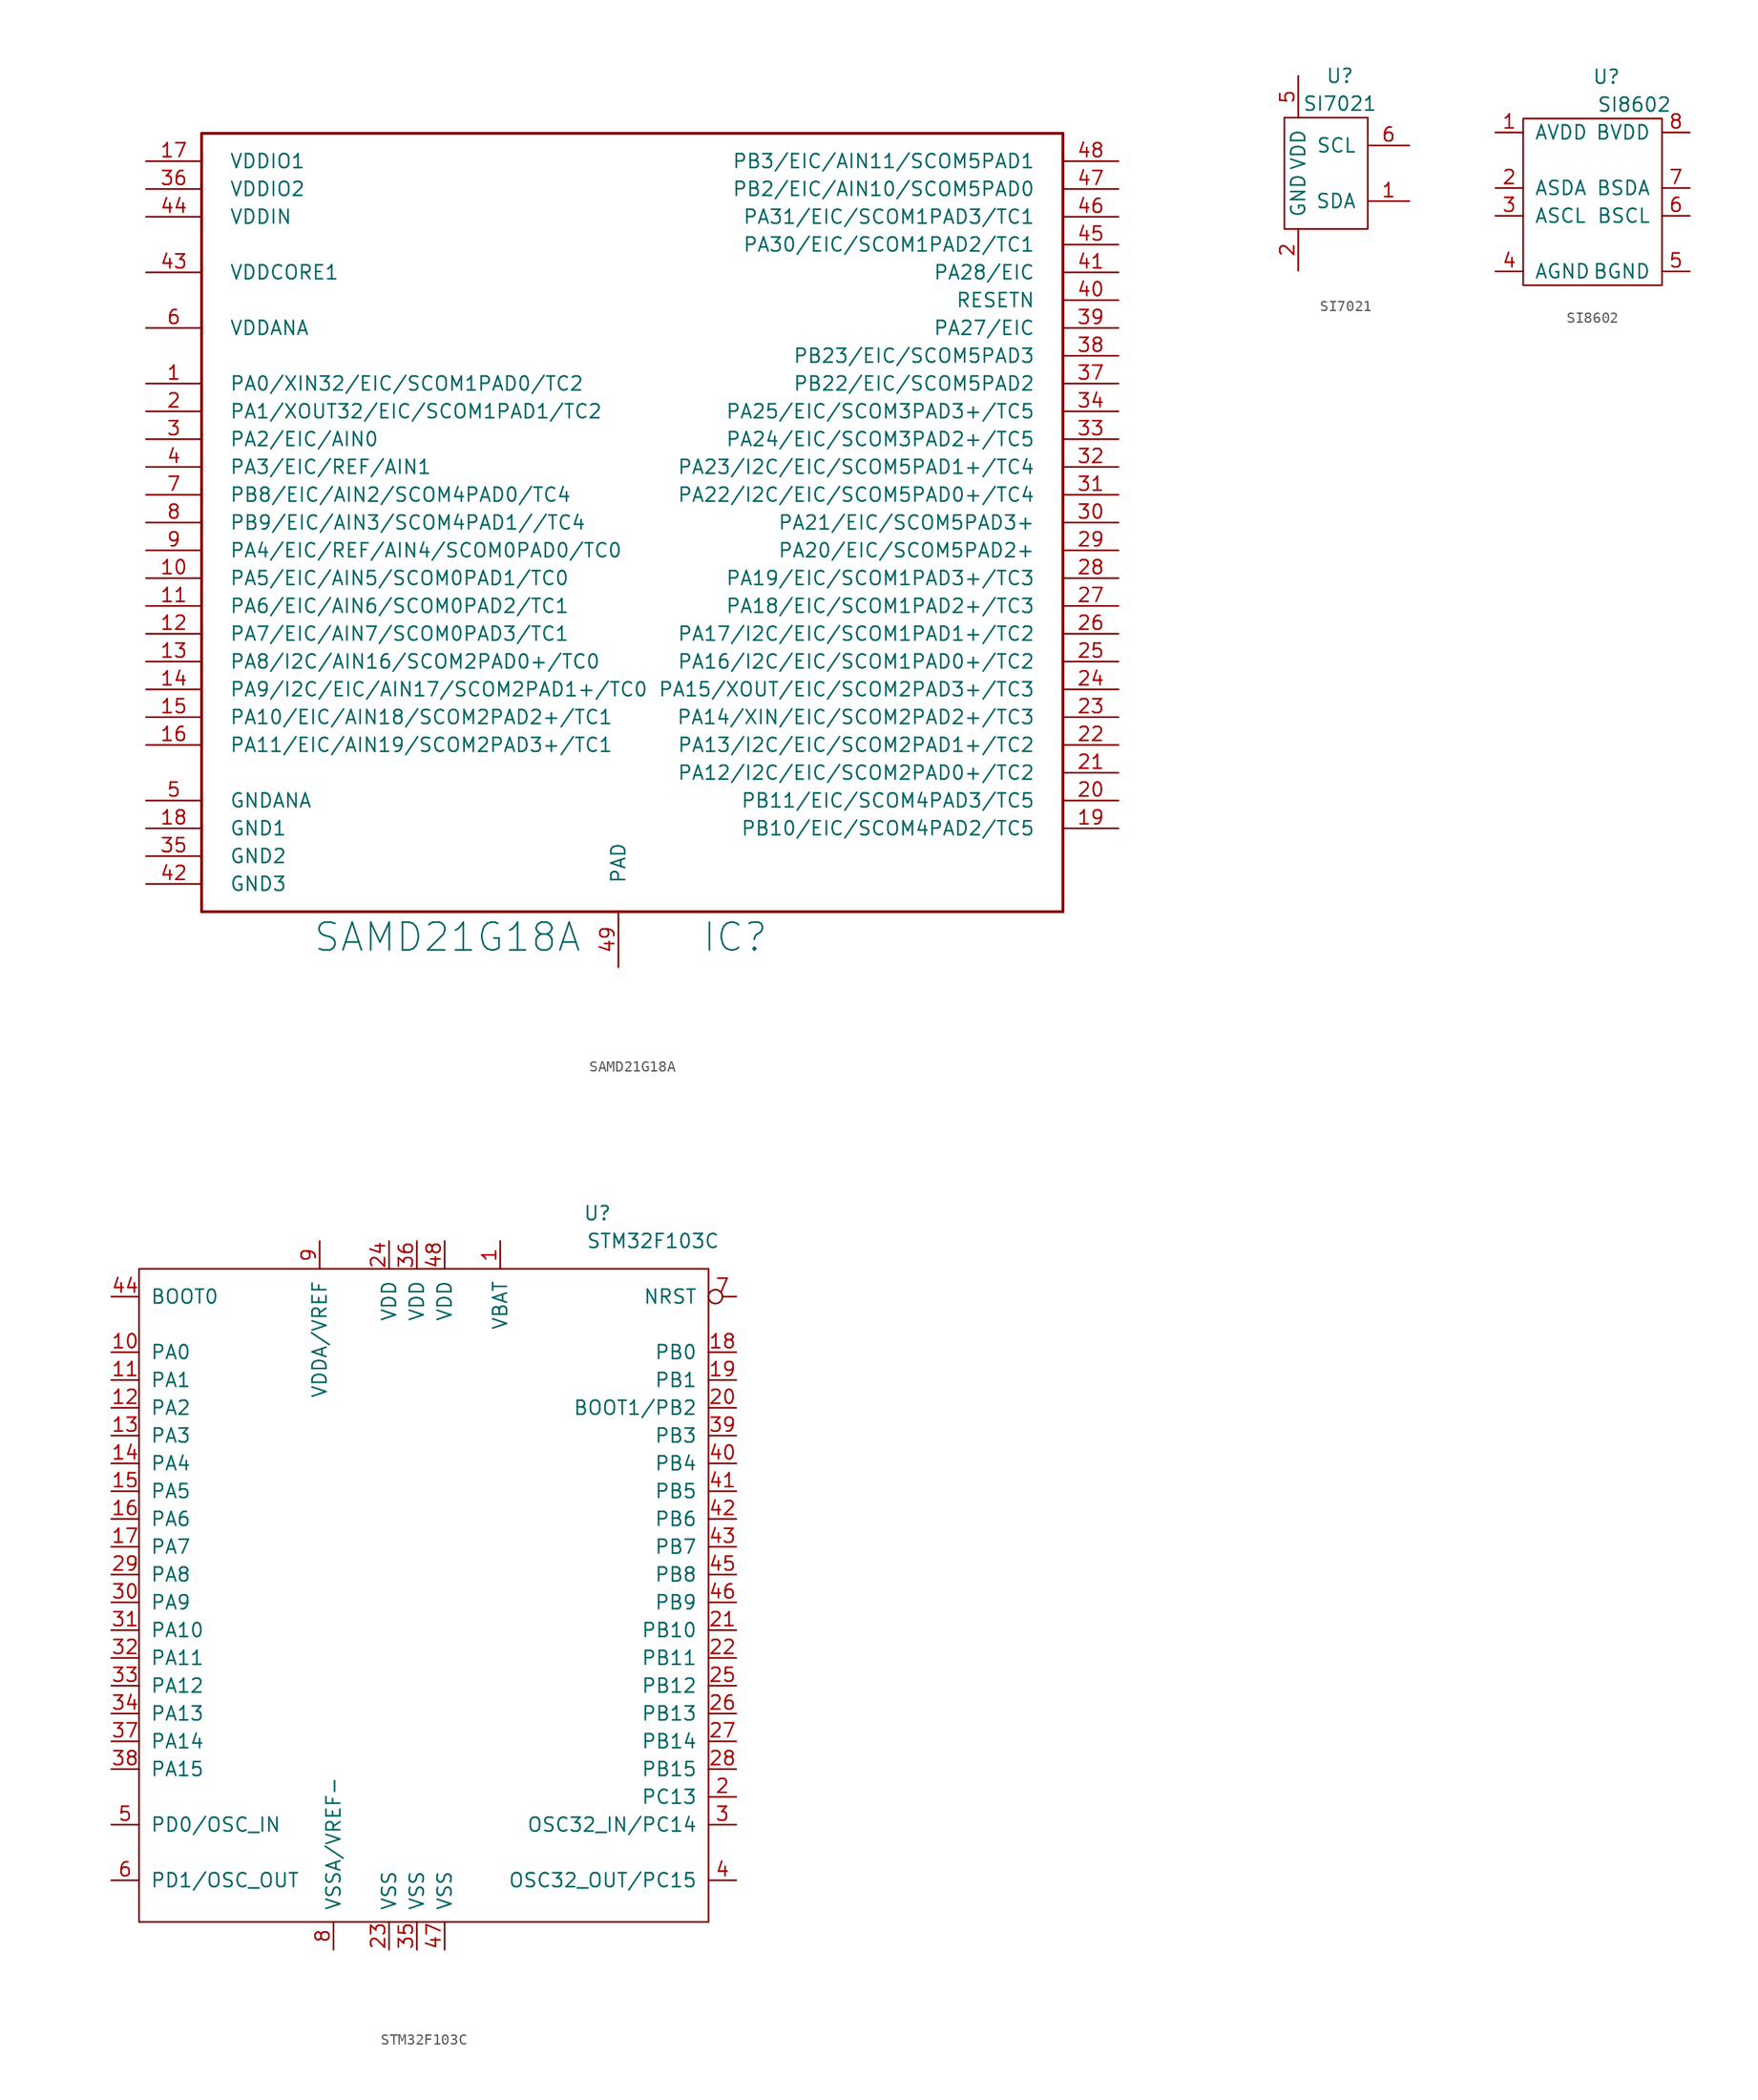
<source format=kicad_sym>
(kicad_symbol_lib
  (version 20211014)
  (generator kicad_symbol_editor)
  (symbol "SAMD21G18A"
    (pin_names
      (offset 2.54))
    (property "Reference" "IC"
      (at 7.62 -36.83 0)
      (effects (font (size 2.54 2.54)) (justify left bottom)))
    (property "Value" "SAMD21G18A"
      (at -27.94 -36.83 0)
      (effects (font (size 2.54 2.54)) (justify left bottom)))
    (property "Footprint" ""
      (at -30.48 38.1 0)
      (effects (font (size 1.27 1.27)) (justify left bottom)))
    (symbol "SAMD21G18A_0_0"
      (polyline (pts (xy -38.1 -33.02) (xy -38.1 38.1)) (stroke (width 0.254) (type default) (color 0 0 0 0)) (fill (type none)))
      (polyline (pts (xy -38.1 38.1) (xy 40.64 38.1)) (stroke (width 0.254) (type default) (color 0 0 0 0)) (fill (type none)))
      (polyline (pts (xy 40.64 -33.02) (xy -38.1 -33.02)) (stroke (width 0.254) (type default) (color 0 0 0 0)) (fill (type none)))
      (polyline (pts (xy 40.64 38.1) (xy 40.64 -33.02)) (stroke (width 0.254) (type default) (color 0 0 0 0)) (fill (type none)))
      (pin bidirectional line (at -43.18 15.24 0) (length 5.08) (name "PA0/XIN32/EIC/SCOM1PAD0/TC2" (effects (font (size 1.27 1.27)))) (number "1" (effects (font (size 1.27 1.27)))))
      (pin bidirectional line (at -43.18 -2.54 0) (length 5.08) (name "PA5/EIC/AIN5/SCOM0PAD1/TC0" (effects (font (size 1.27 1.27)))) (number "10" (effects (font (size 1.27 1.27)))))
      (pin bidirectional line (at -43.18 -5.08 0) (length 5.08) (name "PA6/EIC/AIN6/SCOM0PAD2/TC1" (effects (font (size 1.27 1.27)))) (number "11" (effects (font (size 1.27 1.27)))))
      (pin bidirectional line (at -43.18 -7.62 0) (length 5.08) (name "PA7/EIC/AIN7/SCOM0PAD3/TC1" (effects (font (size 1.27 1.27)))) (number "12" (effects (font (size 1.27 1.27)))))
      (pin bidirectional line (at -43.18 -10.16 0) (length 5.08) (name "PA8/I2C/AIN16/SCOM2PAD0+/TC0" (effects (font (size 1.27 1.27)))) (number "13" (effects (font (size 1.27 1.27)))))
      (pin bidirectional line (at -43.18 -12.7 0) (length 5.08) (name "PA9/I2C/EIC/AIN17/SCOM2PAD1+/TC0" (effects (font (size 1.27 1.27)))) (number "14" (effects (font (size 1.27 1.27)))))
      (pin bidirectional line (at -43.18 -15.24 0) (length 5.08) (name "PA10/EIC/AIN18/SCOM2PAD2+/TC1" (effects (font (size 1.27 1.27)))) (number "15" (effects (font (size 1.27 1.27)))))
      (pin bidirectional line (at -43.18 -17.78 0) (length 5.08) (name "PA11/EIC/AIN19/SCOM2PAD3+/TC1" (effects (font (size 1.27 1.27)))) (number "16" (effects (font (size 1.27 1.27)))))
      (pin power_in line (at -43.18 35.56 0) (length 5.08) (name "VDDIO1" (effects (font (size 1.27 1.27)))) (number "17" (effects (font (size 1.27 1.27)))))
      (pin power_in line (at -43.18 -25.4 0) (length 5.08) (name "GND1" (effects (font (size 1.27 1.27)))) (number "18" (effects (font (size 1.27 1.27)))))
      (pin bidirectional line (at 45.72 -25.4 180) (length 5.08) (name "PB10/EIC/SCOM4PAD2/TC5" (effects (font (size 1.27 1.27)))) (number "19" (effects (font (size 1.27 1.27)))))
      (pin bidirectional line (at -43.18 12.7 0) (length 5.08) (name "PA1/XOUT32/EIC/SCOM1PAD1/TC2" (effects (font (size 1.27 1.27)))) (number "2" (effects (font (size 1.27 1.27)))))
      (pin bidirectional line (at 45.72 -22.86 180) (length 5.08) (name "PB11/EIC/SCOM4PAD3/TC5" (effects (font (size 1.27 1.27)))) (number "20" (effects (font (size 1.27 1.27)))))
      (pin bidirectional line (at 45.72 -20.32 180) (length 5.08) (name "PA12/I2C/EIC/SCOM2PAD0+/TC2" (effects (font (size 1.27 1.27)))) (number "21" (effects (font (size 1.27 1.27)))))
      (pin bidirectional line (at 45.72 -17.78 180) (length 5.08) (name "PA13/I2C/EIC/SCOM2PAD1+/TC2" (effects (font (size 1.27 1.27)))) (number "22" (effects (font (size 1.27 1.27)))))
      (pin bidirectional line (at 45.72 -15.24 180) (length 5.08) (name "PA14/XIN/EIC/SCOM2PAD2+/TC3" (effects (font (size 1.27 1.27)))) (number "23" (effects (font (size 1.27 1.27)))))
      (pin bidirectional line (at 45.72 -12.7 180) (length 5.08) (name "PA15/XOUT/EIC/SCOM2PAD3+/TC3" (effects (font (size 1.27 1.27)))) (number "24" (effects (font (size 1.27 1.27)))))
      (pin bidirectional line (at 45.72 -10.16 180) (length 5.08) (name "PA16/I2C/EIC/SCOM1PAD0+/TC2" (effects (font (size 1.27 1.27)))) (number "25" (effects (font (size 1.27 1.27)))))
      (pin bidirectional line (at 45.72 -7.62 180) (length 5.08) (name "PA17/I2C/EIC/SCOM1PAD1+/TC2" (effects (font (size 1.27 1.27)))) (number "26" (effects (font (size 1.27 1.27)))))
      (pin bidirectional line (at 45.72 -5.08 180) (length 5.08) (name "PA18/EIC/SCOM1PAD2+/TC3" (effects (font (size 1.27 1.27)))) (number "27" (effects (font (size 1.27 1.27)))))
      (pin bidirectional line (at 45.72 -2.54 180) (length 5.08) (name "PA19/EIC/SCOM1PAD3+/TC3" (effects (font (size 1.27 1.27)))) (number "28" (effects (font (size 1.27 1.27)))))
      (pin bidirectional line (at 45.72 0 180) (length 5.08) (name "PA20/EIC/SCOM5PAD2+" (effects (font (size 1.27 1.27)))) (number "29" (effects (font (size 1.27 1.27)))))
      (pin bidirectional line (at -43.18 10.16 0) (length 5.08) (name "PA2/EIC/AIN0" (effects (font (size 1.27 1.27)))) (number "3" (effects (font (size 1.27 1.27)))))
      (pin bidirectional line (at 45.72 2.54 180) (length 5.08) (name "PA21/EIC/SCOM5PAD3+" (effects (font (size 1.27 1.27)))) (number "30" (effects (font (size 1.27 1.27)))))
      (pin bidirectional line (at 45.72 5.08 180) (length 5.08) (name "PA22/I2C/EIC/SCOM5PAD0+/TC4" (effects (font (size 1.27 1.27)))) (number "31" (effects (font (size 1.27 1.27)))))
      (pin bidirectional line (at 45.72 7.62 180) (length 5.08) (name "PA23/I2C/EIC/SCOM5PAD1+/TC4" (effects (font (size 1.27 1.27)))) (number "32" (effects (font (size 1.27 1.27)))))
      (pin bidirectional line (at 45.72 10.16 180) (length 5.08) (name "PA24/EIC/SCOM3PAD2+/TC5" (effects (font (size 1.27 1.27)))) (number "33" (effects (font (size 1.27 1.27)))))
      (pin bidirectional line (at 45.72 12.7 180) (length 5.08) (name "PA25/EIC/SCOM3PAD3+/TC5" (effects (font (size 1.27 1.27)))) (number "34" (effects (font (size 1.27 1.27)))))
      (pin power_in line (at -43.18 -27.94 0) (length 5.08) (name "GND2" (effects (font (size 1.27 1.27)))) (number "35" (effects (font (size 1.27 1.27)))))
      (pin power_in line (at -43.18 33.02 0) (length 5.08) (name "VDDIO2" (effects (font (size 1.27 1.27)))) (number "36" (effects (font (size 1.27 1.27)))))
      (pin bidirectional line (at 45.72 15.24 180) (length 5.08) (name "PB22/EIC/SCOM5PAD2" (effects (font (size 1.27 1.27)))) (number "37" (effects (font (size 1.27 1.27)))))
      (pin bidirectional line (at 45.72 17.78 180) (length 5.08) (name "PB23/EIC/SCOM5PAD3" (effects (font (size 1.27 1.27)))) (number "38" (effects (font (size 1.27 1.27)))))
      (pin bidirectional line (at 45.72 20.32 180) (length 5.08) (name "PA27/EIC" (effects (font (size 1.27 1.27)))) (number "39" (effects (font (size 1.27 1.27)))))
      (pin bidirectional line (at -43.18 7.62 0) (length 5.08) (name "PA3/EIC/REF/AIN1" (effects (font (size 1.27 1.27)))) (number "4" (effects (font (size 1.27 1.27)))))
      (pin bidirectional line (at 45.72 22.86 180) (length 5.08) (name "RESETN" (effects (font (size 1.27 1.27)))) (number "40" (effects (font (size 1.27 1.27)))))
      (pin bidirectional line (at 45.72 25.4 180) (length 5.08) (name "PA28/EIC" (effects (font (size 1.27 1.27)))) (number "41" (effects (font (size 1.27 1.27)))))
      (pin power_in line (at -43.18 -30.48 0) (length 5.08) (name "GND3" (effects (font (size 1.27 1.27)))) (number "42" (effects (font (size 1.27 1.27)))))
      (pin input line (at -43.18 25.4 0) (length 5.08) (name "VDDCORE1" (effects (font (size 1.27 1.27)))) (number "43" (effects (font (size 1.27 1.27)))))
      (pin power_in line (at -43.18 30.48 0) (length 5.08) (name "VDDIN" (effects (font (size 1.27 1.27)))) (number "44" (effects (font (size 1.27 1.27)))))
      (pin bidirectional line (at 45.72 27.94 180) (length 5.08) (name "PA30/EIC/SCOM1PAD2/TC1" (effects (font (size 1.27 1.27)))) (number "45" (effects (font (size 1.27 1.27)))))
      (pin bidirectional line (at 45.72 30.48 180) (length 5.08) (name "PA31/EIC/SCOM1PAD3/TC1" (effects (font (size 1.27 1.27)))) (number "46" (effects (font (size 1.27 1.27)))))
      (pin bidirectional line (at 45.72 33.02 180) (length 5.08) (name "PB2/EIC/AIN10/SCOM5PAD0" (effects (font (size 1.27 1.27)))) (number "47" (effects (font (size 1.27 1.27)))))
      (pin bidirectional line (at 45.72 35.56 180) (length 5.08) (name "PB3/EIC/AIN11/SCOM5PAD1" (effects (font (size 1.27 1.27)))) (number "48" (effects (font (size 1.27 1.27)))))
      (pin power_in line (at 0 -38.1 90) (length 5.08) (name "PAD" (effects (font (size 1.27 1.27)))) (number "49" (effects (font (size 1.27 1.27)))))
      (pin power_in line (at -43.18 -22.86 0) (length 5.08) (name "GNDANA" (effects (font (size 1.27 1.27)))) (number "5" (effects (font (size 1.27 1.27)))))
      (pin power_in line (at -43.18 20.32 0) (length 5.08) (name "VDDANA" (effects (font (size 1.27 1.27)))) (number "6" (effects (font (size 1.27 1.27)))))
      (pin bidirectional line (at -43.18 5.08 0) (length 5.08) (name "PB8/EIC/AIN2/SCOM4PAD0/TC4" (effects (font (size 1.27 1.27)))) (number "7" (effects (font (size 1.27 1.27)))))
      (pin bidirectional line (at -43.18 2.54 0) (length 5.08) (name "PB9/EIC/AIN3/SCOM4PAD1//TC4" (effects (font (size 1.27 1.27)))) (number "8" (effects (font (size 1.27 1.27)))))
      (pin bidirectional line (at -43.18 0 0) (length 5.08) (name "PA4/EIC/REF/AIN4/SCOM0PAD0/TC0" (effects (font (size 1.27 1.27)))) (number "9" (effects (font (size 1.27 1.27)))))))
  (symbol "SI7021"
    (pin_names
      (offset 1.016))
    (property "Reference" "U"
      (at 1.27 8.89 0)
      (effects (font (size 1.27 1.27))))
    (property "Value" "SI7021"
      (at 1.27 6.35 0)
      (effects (font (size 1.27 1.27))))
    (symbol "SI7021_0_1"
      (rectangle (start -3.81 5.08) (end 3.81 -5.08) (stroke (width 0) (type default) (color 0 0 0 0)) (fill (type none))))
    (symbol "SI7021_1_1"
      (pin input line (at 7.62 -2.54 180) (length 3.81) (name "SDA" (effects (font (size 1.27 1.27)))) (number "1" (effects (font (size 1.27 1.27)))))
      (pin input line (at -2.54 -8.89 90) (length 3.81) (name "GND" (effects (font (size 1.27 1.27)))) (number "2" (effects (font (size 1.27 1.27)))))
      (pin input line (at -2.54 8.89 270) (length 3.81) (name "VDD" (effects (font (size 1.27 1.27)))) (number "5" (effects (font (size 1.27 1.27)))))
      (pin input line (at 7.62 2.54 180) (length 3.81) (name "SCL" (effects (font (size 1.27 1.27)))) (number "6" (effects (font (size 1.27 1.27)))))))
  (symbol "SI8602"
    (pin_names
      (offset 1.016))
    (property "Reference" "U"
      (at 1.27 11.43 0)
      (effects (font (size 1.27 1.27))))
    (property "Value" "SI8602"
      (at 3.81 8.89 0)
      (effects (font (size 1.27 1.27))))
    (symbol "SI8602_0_1"
      (rectangle (start -6.35 7.62) (end 6.35 -7.62) (stroke (width 0) (type default) (color 0 0 0 0)) (fill (type none))))
    (symbol "SI8602_1_1"
      (pin power_in line (at -8.89 6.35 0) (length 2.54) (name "AVDD" (effects (font (size 1.27 1.27)))) (number "1" (effects (font (size 1.27 1.27)))))
      (pin bidirectional line (at -8.89 1.27 0) (length 2.54) (name "ASDA" (effects (font (size 1.27 1.27)))) (number "2" (effects (font (size 1.27 1.27)))))
      (pin input line (at -8.89 -1.27 0) (length 2.54) (name "ASCL" (effects (font (size 1.27 1.27)))) (number "3" (effects (font (size 1.27 1.27)))))
      (pin power_in line (at -8.89 -6.35 0) (length 2.54) (name "AGND" (effects (font (size 1.27 1.27)))) (number "4" (effects (font (size 1.27 1.27)))))
      (pin power_in line (at 8.89 -6.35 180) (length 2.54) (name "BGND" (effects (font (size 1.27 1.27)))) (number "5" (effects (font (size 1.27 1.27)))))
      (pin output line (at 8.89 -1.27 180) (length 2.54) (name "BSCL" (effects (font (size 1.27 1.27)))) (number "6" (effects (font (size 1.27 1.27)))))
      (pin bidirectional line (at 8.89 1.27 180) (length 2.54) (name "BSDA" (effects (font (size 1.27 1.27)))) (number "7" (effects (font (size 1.27 1.27)))))
      (pin power_in line (at 8.89 6.35 180) (length 2.54) (name "BVDD" (effects (font (size 1.27 1.27)))) (number "8" (effects (font (size 1.27 1.27)))))))
  (symbol "STM32F103C"
    (pin_names
      (offset 1.016))
    (property "Reference" "U"
      (at 15.24 33.02 0)
      (effects (font (size 1.27 1.27))))
    (property "Value" "STM32F103C"
      (at 20.32 30.48 0)
      (effects (font (size 1.27 1.27))))
    (symbol "STM32F103C_0_1"
      (rectangle (start -26.67 27.94) (end 25.4 -31.75) (stroke (width 0) (type default) (color 0 0 0 0)) (fill (type none))))
    (symbol "STM32F103C_1_1"
      (pin power_in line (at 6.35 30.48 270) (length 2.54) (name "VBAT" (effects (font (size 1.27 1.27)))) (number "1" (effects (font (size 1.27 1.27)))))
      (pin bidirectional line (at -29.21 20.32 0) (length 2.54) (name "PA0" (effects (font (size 1.27 1.27)))) (number "10" (effects (font (size 1.27 1.27)))))
      (pin bidirectional line (at -29.21 17.78 0) (length 2.54) (name "PA1" (effects (font (size 1.27 1.27)))) (number "11" (effects (font (size 1.27 1.27)))))
      (pin bidirectional line (at -29.21 15.24 0) (length 2.54) (name "PA2" (effects (font (size 1.27 1.27)))) (number "12" (effects (font (size 1.27 1.27)))))
      (pin bidirectional line (at -29.21 12.7 0) (length 2.54) (name "PA3" (effects (font (size 1.27 1.27)))) (number "13" (effects (font (size 1.27 1.27)))))
      (pin bidirectional line (at -29.21 10.16 0) (length 2.54) (name "PA4" (effects (font (size 1.27 1.27)))) (number "14" (effects (font (size 1.27 1.27)))))
      (pin bidirectional line (at -29.21 7.62 0) (length 2.54) (name "PA5" (effects (font (size 1.27 1.27)))) (number "15" (effects (font (size 1.27 1.27)))))
      (pin bidirectional line (at -29.21 5.08 0) (length 2.54) (name "PA6" (effects (font (size 1.27 1.27)))) (number "16" (effects (font (size 1.27 1.27)))))
      (pin bidirectional line (at -29.21 2.54 0) (length 2.54) (name "PA7" (effects (font (size 1.27 1.27)))) (number "17" (effects (font (size 1.27 1.27)))))
      (pin bidirectional line (at 27.94 20.32 180) (length 2.54) (name "PB0" (effects (font (size 1.27 1.27)))) (number "18" (effects (font (size 1.27 1.27)))))
      (pin bidirectional line (at 27.94 17.78 180) (length 2.54) (name "PB1" (effects (font (size 1.27 1.27)))) (number "19" (effects (font (size 1.27 1.27)))))
      (pin bidirectional line (at 27.94 -20.32 180) (length 2.54) (name "PC13" (effects (font (size 1.27 1.27)))) (number "2" (effects (font (size 1.27 1.27)))))
      (pin bidirectional line (at 27.94 15.24 180) (length 2.54) (name "BOOT1/PB2" (effects (font (size 1.27 1.27)))) (number "20" (effects (font (size 1.27 1.27)))))
      (pin bidirectional line (at 27.94 -5.08 180) (length 2.54) (name "PB10" (effects (font (size 1.27 1.27)))) (number "21" (effects (font (size 1.27 1.27)))))
      (pin bidirectional line (at 27.94 -7.62 180) (length 2.54) (name "PB11" (effects (font (size 1.27 1.27)))) (number "22" (effects (font (size 1.27 1.27)))))
      (pin power_in line (at -3.81 -34.29 90) (length 2.54) (name "VSS" (effects (font (size 1.27 1.27)))) (number "23" (effects (font (size 1.27 1.27)))))
      (pin power_in line (at -3.81 30.48 270) (length 2.54) (name "VDD" (effects (font (size 1.27 1.27)))) (number "24" (effects (font (size 1.27 1.27)))))
      (pin bidirectional line (at 27.94 -10.16 180) (length 2.54) (name "PB12" (effects (font (size 1.27 1.27)))) (number "25" (effects (font (size 1.27 1.27)))))
      (pin bidirectional line (at 27.94 -12.7 180) (length 2.54) (name "PB13" (effects (font (size 1.27 1.27)))) (number "26" (effects (font (size 1.27 1.27)))))
      (pin bidirectional line (at 27.94 -15.24 180) (length 2.54) (name "PB14" (effects (font (size 1.27 1.27)))) (number "27" (effects (font (size 1.27 1.27)))))
      (pin bidirectional line (at 27.94 -17.78 180) (length 2.54) (name "PB15" (effects (font (size 1.27 1.27)))) (number "28" (effects (font (size 1.27 1.27)))))
      (pin bidirectional line (at -29.21 0 0) (length 2.54) (name "PA8" (effects (font (size 1.27 1.27)))) (number "29" (effects (font (size 1.27 1.27)))))
      (pin bidirectional line (at 27.94 -22.86 180) (length 2.54) (name "OSC32_IN/PC14" (effects (font (size 1.27 1.27)))) (number "3" (effects (font (size 1.27 1.27)))))
      (pin bidirectional line (at -29.21 -2.54 0) (length 2.54) (name "PA9" (effects (font (size 1.27 1.27)))) (number "30" (effects (font (size 1.27 1.27)))))
      (pin bidirectional line (at -29.21 -5.08 0) (length 2.54) (name "PA10" (effects (font (size 1.27 1.27)))) (number "31" (effects (font (size 1.27 1.27)))))
      (pin bidirectional line (at -29.21 -7.62 0) (length 2.54) (name "PA11" (effects (font (size 1.27 1.27)))) (number "32" (effects (font (size 1.27 1.27)))))
      (pin bidirectional line (at -29.21 -10.16 0) (length 2.54) (name "PA12" (effects (font (size 1.27 1.27)))) (number "33" (effects (font (size 1.27 1.27)))))
      (pin bidirectional line (at -29.21 -12.7 0) (length 2.54) (name "PA13" (effects (font (size 1.27 1.27)))) (number "34" (effects (font (size 1.27 1.27)))))
      (pin power_in line (at -1.27 -34.29 90) (length 2.54) (name "VSS" (effects (font (size 1.27 1.27)))) (number "35" (effects (font (size 1.27 1.27)))))
      (pin power_in line (at -1.27 30.48 270) (length 2.54) (name "VDD" (effects (font (size 1.27 1.27)))) (number "36" (effects (font (size 1.27 1.27)))))
      (pin bidirectional line (at -29.21 -15.24 0) (length 2.54) (name "PA14" (effects (font (size 1.27 1.27)))) (number "37" (effects (font (size 1.27 1.27)))))
      (pin bidirectional line (at -29.21 -17.78 0) (length 2.54) (name "PA15" (effects (font (size 1.27 1.27)))) (number "38" (effects (font (size 1.27 1.27)))))
      (pin bidirectional line (at 27.94 12.7 180) (length 2.54) (name "PB3" (effects (font (size 1.27 1.27)))) (number "39" (effects (font (size 1.27 1.27)))))
      (pin bidirectional line (at 27.94 -27.94 180) (length 2.54) (name "OSC32_OUT/PC15" (effects (font (size 1.27 1.27)))) (number "4" (effects (font (size 1.27 1.27)))))
      (pin bidirectional line (at 27.94 10.16 180) (length 2.54) (name "PB4" (effects (font (size 1.27 1.27)))) (number "40" (effects (font (size 1.27 1.27)))))
      (pin bidirectional line (at 27.94 7.62 180) (length 2.54) (name "PB5" (effects (font (size 1.27 1.27)))) (number "41" (effects (font (size 1.27 1.27)))))
      (pin bidirectional line (at 27.94 5.08 180) (length 2.54) (name "PB6" (effects (font (size 1.27 1.27)))) (number "42" (effects (font (size 1.27 1.27)))))
      (pin bidirectional line (at 27.94 2.54 180) (length 2.54) (name "PB7" (effects (font (size 1.27 1.27)))) (number "43" (effects (font (size 1.27 1.27)))))
      (pin input line (at -29.21 25.4 0) (length 2.54) (name "BOOT0" (effects (font (size 1.27 1.27)))) (number "44" (effects (font (size 1.27 1.27)))))
      (pin bidirectional line (at 27.94 0 180) (length 2.54) (name "PB8" (effects (font (size 1.27 1.27)))) (number "45" (effects (font (size 1.27 1.27)))))
      (pin bidirectional line (at 27.94 -2.54 180) (length 2.54) (name "PB9" (effects (font (size 1.27 1.27)))) (number "46" (effects (font (size 1.27 1.27)))))
      (pin power_in line (at 1.27 -34.29 90) (length 2.54) (name "VSS" (effects (font (size 1.27 1.27)))) (number "47" (effects (font (size 1.27 1.27)))))
      (pin power_in line (at 1.27 30.48 270) (length 2.54) (name "VDD" (effects (font (size 1.27 1.27)))) (number "48" (effects (font (size 1.27 1.27)))))
      (pin bidirectional line (at -29.21 -22.86 0) (length 2.54) (name "PD0/OSC_IN" (effects (font (size 1.27 1.27)))) (number "5" (effects (font (size 1.27 1.27)))))
      (pin bidirectional line (at -29.21 -27.94 0) (length 2.54) (name "PD1/OSC_OUT" (effects (font (size 1.27 1.27)))) (number "6" (effects (font (size 1.27 1.27)))))
      (pin bidirectional inverted (at 27.94 25.4 180) (length 2.54) (name "NRST" (effects (font (size 1.27 1.27)))) (number "7" (effects (font (size 1.27 1.27)))))
      (pin power_in line (at -8.89 -34.29 90) (length 2.54) (name "VSSA/VREF-" (effects (font (size 1.27 1.27)))) (number "8" (effects (font (size 1.27 1.27)))))
      (pin power_in line (at -10.16 30.48 270) (length 2.54) (name "VDDA/VREF" (effects (font (size 1.27 1.27)))) (number "9" (effects (font (size 1.27 1.27))))))))
</source>
